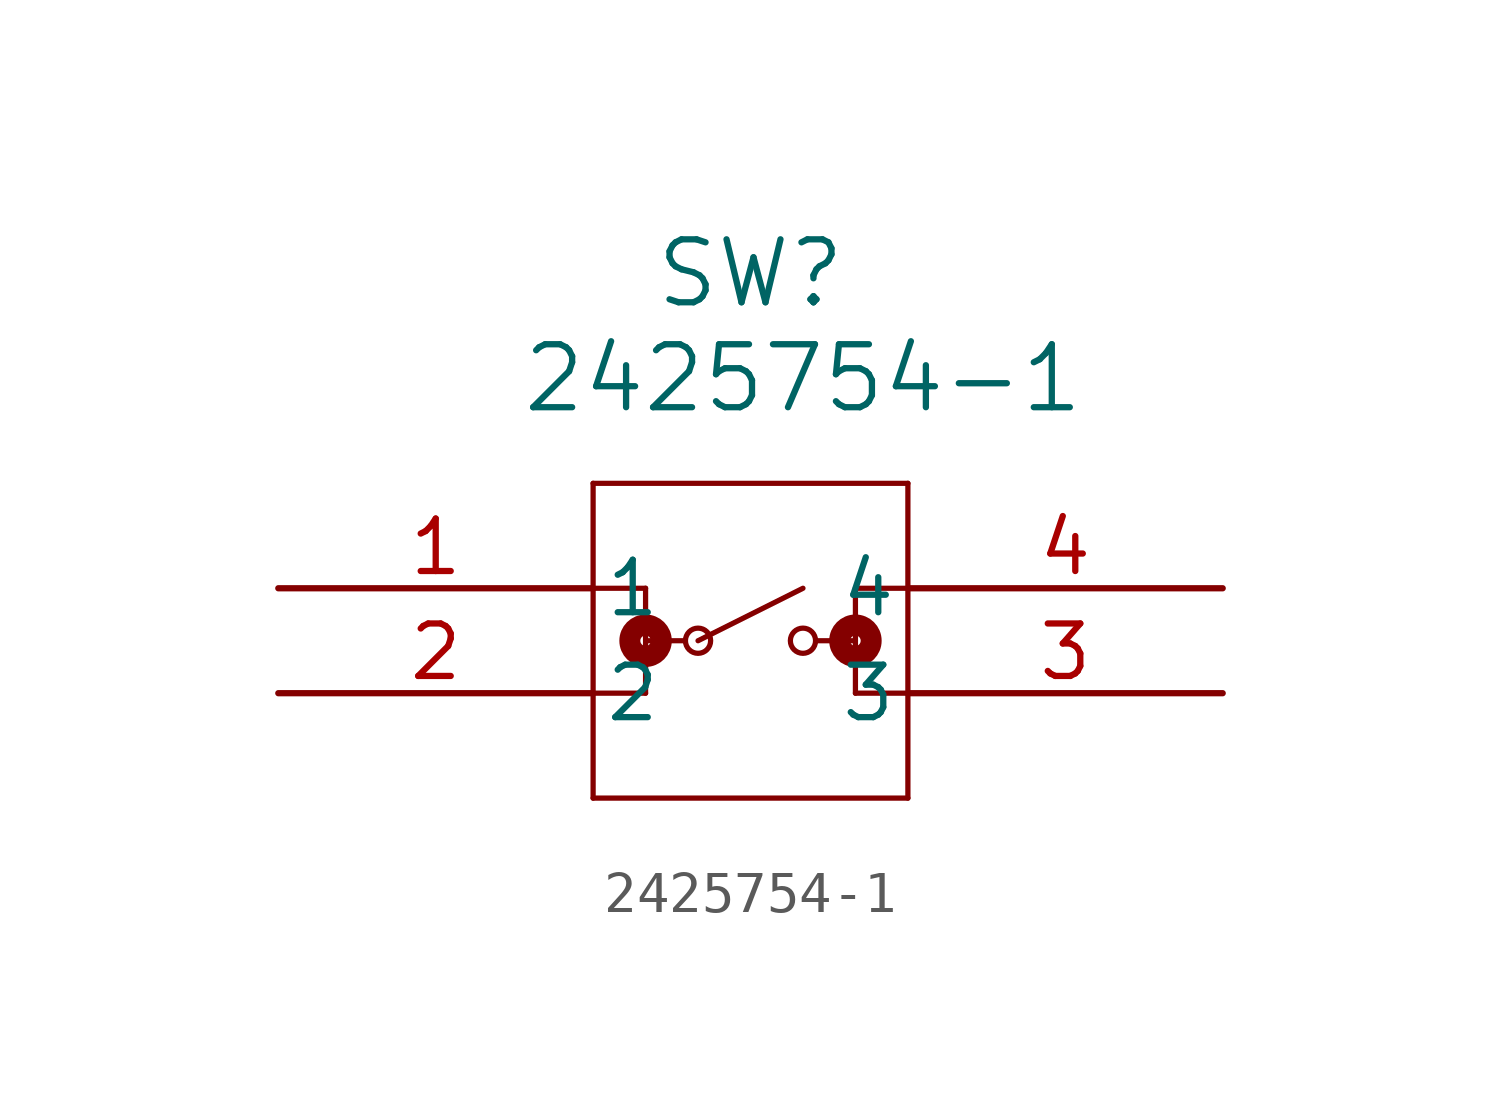
<source format=kicad_sym>
(kicad_symbol_lib
  (version 20211014)
  (generator kicad_symbol_editor)
  (symbol "2425754-1"
    (pin_names
      (offset 0.254))
    (property "Reference" "SW"
      (at 11.43 7.62 0)
      (effects (font (size 1.524 1.524))))
    (property "Value" "2425754-1"
      (at 12.7 5.08 0)
      (effects (font (size 1.524 1.524))))
    (symbol "2425754-1_0_1"
      (polyline (pts (xy 7.62 2.54) (xy 7.62 -5.08)) (stroke (width 0.127) (type default) (color 0 0 0 0)) (fill (type none)))
      (polyline (pts (xy 7.62 -5.08) (xy 15.24 -5.08)) (stroke (width 0.127) (type default) (color 0 0 0 0)) (fill (type none)))
      (polyline (pts (xy 15.24 -5.08) (xy 15.24 2.54)) (stroke (width 0.127) (type default) (color 0 0 0 0)) (fill (type none)))
      (polyline (pts (xy 15.24 2.54) (xy 7.62 2.54)) (stroke (width 0.127) (type default) (color 0 0 0 0)) (fill (type none)))
      (polyline (pts (xy 7.62 0) (xy 8.89 0)) (stroke (width 0.127) (type default) (color 0 0 0 0)) (fill (type none)))
      (polyline (pts (xy 8.89 0) (xy 8.89 -2.54)) (stroke (width 0.127) (type default) (color 0 0 0 0)) (fill (type none)))
      (polyline (pts (xy 8.89 -2.54) (xy 7.62 -2.54)) (stroke (width 0.127) (type default) (color 0 0 0 0)) (fill (type none)))
      (polyline (pts (xy 8.89 -1.27) (xy 9.842 -1.27)) (stroke (width 0.127) (type default) (color 0 0 0 0)) (fill (type none)))
      (polyline (pts (xy 13.97 0) (xy 13.97 -2.54)) (stroke (width 0.127) (type default) (color 0 0 0 0)) (fill (type none)))
      (polyline (pts (xy 13.97 -2.54) (xy 15.24 -2.54)) (stroke (width 0.127) (type default) (color 0 0 0 0)) (fill (type none)))
      (polyline (pts (xy 13.97 0) (xy 15.24 0)) (stroke (width 0.127) (type default) (color 0 0 0 0)) (fill (type none)))
      (polyline (pts (xy 13.018 -1.27) (xy 13.97 -1.27)) (stroke (width 0.127) (type default) (color 0 0 0 0)) (fill (type none)))
      (polyline (pts (xy 10.16 -1.27) (xy 12.7 0)) (stroke (width 0.127) (type default) (color 0 0 0 0)) (fill (type none)))
      (circle (center 8.89 -1.27) (radius 0.127) (stroke (width 0.508) (type default) (color 0 0 0 0)) (fill (type none)))
      (circle (center 10.16 -1.27) (radius 0.305) (stroke (width 0.127) (type default) (color 0 0 0 0)) (fill (type none)))
      (circle (center 13.97 -1.27) (radius 0.127) (stroke (width 0.508) (type default) (color 0 0 0 0)) (fill (type none)))
      (circle (center 12.7 -1.27) (radius 0.305) (stroke (width 0.127) (type default) (color 0 0 0 0)) (fill (type none)))
      (pin unspecified line (at 0 0 0) (length 7.62) (name "1" (effects (font (size 1.27 1.27)))) (number "1" (effects (font (size 1.27 1.27)))))
      (pin unspecified line (at 0 -2.54 0) (length 7.62) (name "2" (effects (font (size 1.27 1.27)))) (number "2" (effects (font (size 1.27 1.27)))))
      (pin unspecified line (at 22.86 -2.54 180) (length 7.62) (name "3" (effects (font (size 1.27 1.27)))) (number "3" (effects (font (size 1.27 1.27)))))
      (pin unspecified line (at 22.86 0 180) (length 7.62) (name "4" (effects (font (size 1.27 1.27)))) (number "4" (effects (font (size 1.27 1.27))))))))
</source>
